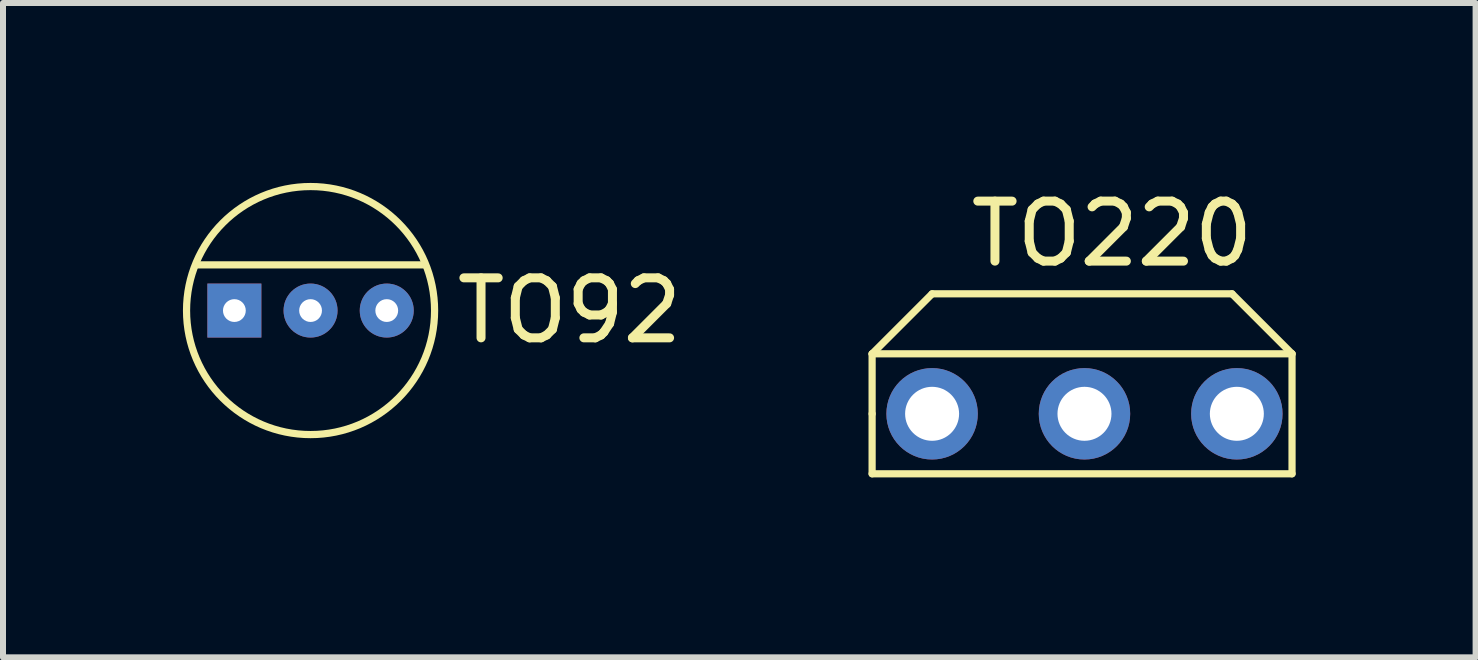
<source format=kicad_pcb>
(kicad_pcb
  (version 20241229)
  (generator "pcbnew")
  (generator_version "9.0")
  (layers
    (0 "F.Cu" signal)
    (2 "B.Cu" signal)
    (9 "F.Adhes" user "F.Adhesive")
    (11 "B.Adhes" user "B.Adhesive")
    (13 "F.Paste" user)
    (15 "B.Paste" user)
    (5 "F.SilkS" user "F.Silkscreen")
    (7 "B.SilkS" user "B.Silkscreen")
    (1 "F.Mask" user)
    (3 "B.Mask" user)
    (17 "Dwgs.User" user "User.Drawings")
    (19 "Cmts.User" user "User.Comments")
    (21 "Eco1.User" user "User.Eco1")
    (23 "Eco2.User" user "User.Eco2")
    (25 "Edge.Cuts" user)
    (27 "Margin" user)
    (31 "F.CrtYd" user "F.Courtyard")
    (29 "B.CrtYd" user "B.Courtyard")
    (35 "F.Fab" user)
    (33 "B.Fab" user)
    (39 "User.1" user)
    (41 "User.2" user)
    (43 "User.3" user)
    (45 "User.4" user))
  (footprint "TO92"
    (layer "F.Cu")
    (at 0.857 2.127)
    (property "Reference" "TO92" (at 5.588 0 0) (layer "F.SilkS") (effects (font (size 1 1) (thickness 0.15))))
    (attr through_hole)
    (fp_line (start -0.635 -0.762) (end 3.175 -0.762) (stroke (width 0.12) (type solid)) (layer "F.SilkS"))
    (fp_circle (center 1.27 0) (end 2.667 1.524) (stroke (width 0.12) (type solid)) (fill no) (layer "F.SilkS"))
    (pad "1" thru_hole trapezoid (at 0 0) (size 0.9 0.9) (drill 0.38) (layers "*.Cu" "*.Mask"))
    (pad "2" thru_hole circle (at 1.27 0) (size 0.9 0.9) (drill 0.38) (layers "*.Cu" "*.Mask"))
    (pad "3" thru_hole circle (at 2.54 0) (size 0.9 0.9) (drill 0.38) (layers "*.Cu" "*.Mask")))
  (footprint "TO220"
    (layer "F.Cu")
    (at 15.028 3.848)
    (property "Reference" "TO220" (at 0.46 -3 0) (layer "F.SilkS") (effects (font (size 1 1) (thickness 0.15))))
    (fp_line (start -3.54 -1) (end -2.54 -2) (stroke (width 0.12) (type solid)) (layer "F.SilkS"))
    (fp_line (start -3.54 -1) (end 3.46 -1) (stroke (width 0.12) (type solid)) (layer "F.SilkS"))
    (fp_line (start -3.54 0) (end -3.54 -1) (stroke (width 0.12) (type solid)) (layer "F.SilkS"))
    (fp_line (start -3.54 1) (end -3.54 0) (stroke (width 0.12) (type solid)) (layer "F.SilkS"))
    (fp_line (start -2.54 -2) (end 2.46 -2) (stroke (width 0.12) (type solid)) (layer "F.SilkS"))
    (fp_line (start 2.46 -2) (end 3.46 -1) (stroke (width 0.12) (type solid)) (layer "F.SilkS"))
    (fp_line (start 3.46 -1) (end 3.46 1) (stroke (width 0.12) (type solid)) (layer "F.SilkS"))
    (fp_line (start 3.46 1) (end -3.54 1) (stroke (width 0.12) (type solid)) (layer "F.SilkS"))
    (pad "1" thru_hole circle (at -2.54 0) (size 1.524 1.524) (drill 0.9) (layers "*.Cu" "*.Mask"))
    (pad "2" thru_hole circle (at 0 0) (size 1.524 1.524) (drill 0.9) (layers "*.Cu" "*.Mask"))
    (pad "3" thru_hole circle (at 2.54 0) (size 1.524 1.524) (drill 0.9) (layers "*.Cu" "*.Mask")))
  (gr_rect
    (start -3 -3)
    (end 21.548 7.908)
    (stroke (width 0.1) (type default))
    (fill no)
    (layer "Edge.Cuts")))
</source>
